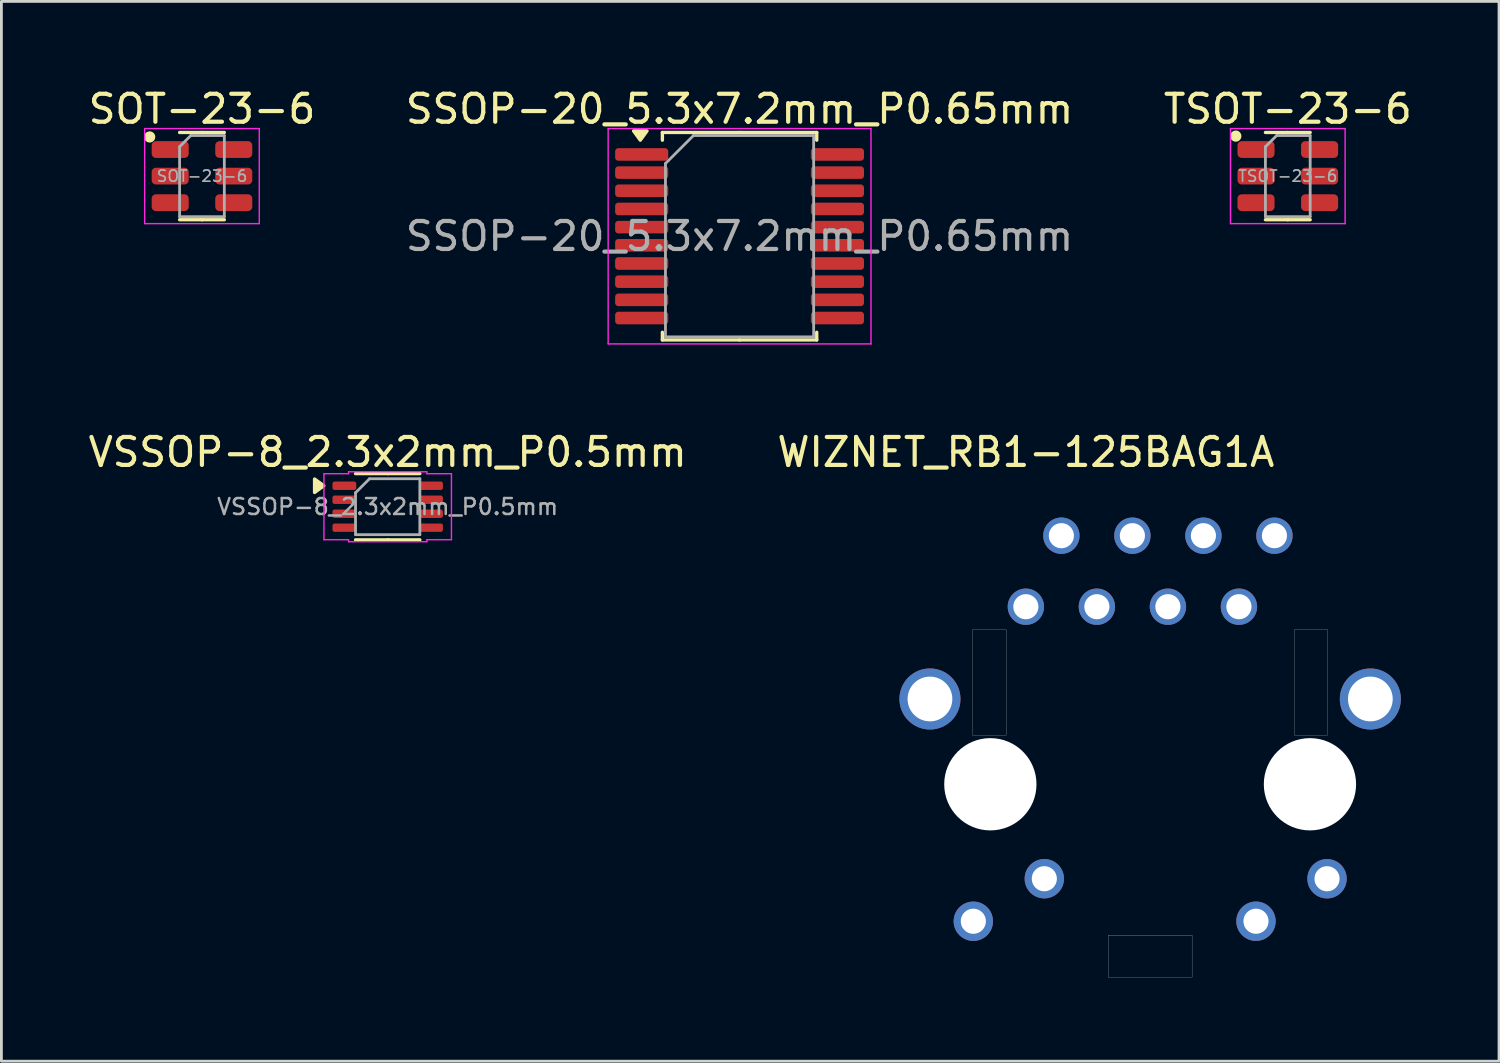
<source format=kicad_pcb>
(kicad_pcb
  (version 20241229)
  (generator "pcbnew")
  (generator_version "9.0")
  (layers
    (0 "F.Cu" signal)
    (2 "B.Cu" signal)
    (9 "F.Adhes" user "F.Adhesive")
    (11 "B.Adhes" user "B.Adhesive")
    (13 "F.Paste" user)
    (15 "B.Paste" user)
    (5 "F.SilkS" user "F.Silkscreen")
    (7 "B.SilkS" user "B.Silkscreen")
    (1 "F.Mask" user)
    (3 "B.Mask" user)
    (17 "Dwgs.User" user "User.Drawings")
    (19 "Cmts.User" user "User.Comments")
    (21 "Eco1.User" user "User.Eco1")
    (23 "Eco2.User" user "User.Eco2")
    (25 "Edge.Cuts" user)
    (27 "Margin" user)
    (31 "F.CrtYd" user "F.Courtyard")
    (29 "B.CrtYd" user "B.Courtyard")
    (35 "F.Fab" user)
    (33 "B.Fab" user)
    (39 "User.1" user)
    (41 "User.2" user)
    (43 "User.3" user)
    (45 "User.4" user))
  (footprint "TSOT-23-6"
    (layer "F.Cu")
    (at 43.006 3.248)
    (property "Reference" "TSOT-23-6" (at 0 -2.4 0) (layer "F.SilkS") (effects (font (size 1 1) (thickness 0.15))))
    (attr smd)
    (fp_line (start 0 -1.56) (end -0.8 -1.56) (stroke (width 0.12) (type solid)) (layer "F.SilkS"))
    (fp_line (start 0 -1.56) (end 0.8 -1.56) (stroke (width 0.12) (type solid)) (layer "F.SilkS"))
    (fp_line (start 0 1.56) (end -0.8 1.56) (stroke (width 0.12) (type solid)) (layer "F.SilkS"))
    (fp_line (start 0 1.56) (end 0.8 1.56) (stroke (width 0.12) (type solid)) (layer "F.SilkS"))
    (fp_circle (center -1.86 -1.43) (end -1.71 -1.43) (stroke (width 0.1) (type solid)) (fill yes) (layer "F.SilkS"))
    (fp_line (start -2.05 -1.7) (end -2.05 1.7) (stroke (width 0.05) (type solid)) (layer "F.CrtYd"))
    (fp_line (start -2.05 1.7) (end 2.05 1.7) (stroke (width 0.05) (type solid)) (layer "F.CrtYd"))
    (fp_line (start 2.05 -1.7) (end -2.05 -1.7) (stroke (width 0.05) (type solid)) (layer "F.CrtYd"))
    (fp_line (start 2.05 1.7) (end 2.05 -1.7) (stroke (width 0.05) (type solid)) (layer "F.CrtYd"))
    (fp_line (start -0.8 -1.05) (end -0.4 -1.45) (stroke (width 0.1) (type solid)) (layer "F.Fab"))
    (fp_line (start -0.8 1.45) (end -0.8 -1.05) (stroke (width 0.1) (type solid)) (layer "F.Fab"))
    (fp_line (start -0.4 -1.45) (end 0.8 -1.45) (stroke (width 0.1) (type solid)) (layer "F.Fab"))
    (fp_line (start 0.8 -1.45) (end 0.8 1.45) (stroke (width 0.1) (type solid)) (layer "F.Fab"))
    (fp_line (start 0.8 1.45) (end -0.8 1.45) (stroke (width 0.1) (type solid)) (layer "F.Fab"))
    (fp_text user "${REFERENCE}" (at 0 0 0) (layer "F.Fab") (effects (font (size 0.4 0.4) (thickness 0.06))))
    (pad "1" smd roundrect (at -1.137 -0.95) (size 1.325 0.6) (layers "F.Cu" "F.Mask" "F.Paste") (roundrect_rratio 0.25))
    (pad "2" smd roundrect (at -1.137 0) (size 1.325 0.6) (layers "F.Cu" "F.Mask" "F.Paste") (roundrect_rratio 0.25))
    (pad "3" smd roundrect (at -1.137 0.95) (size 1.325 0.6) (layers "F.Cu" "F.Mask" "F.Paste") (roundrect_rratio 0.25))
    (pad "4" smd roundrect (at 1.137 0.95) (size 1.325 0.6) (layers "F.Cu" "F.Mask" "F.Paste") (roundrect_rratio 0.25))
    (pad "5" smd roundrect (at 1.137 0) (size 1.325 0.6) (layers "F.Cu" "F.Mask" "F.Paste") (roundrect_rratio 0.25))
    (pad "6" smd roundrect (at 1.137 -0.95) (size 1.325 0.6) (layers "F.Cu" "F.Mask" "F.Paste") (roundrect_rratio 0.25)))
  (footprint "WIZNET_RB1-125BAG1A"
    (layer "F.Cu")
    (at 38.084 24.997)
    (property "Reference" "WIZNET_RB1-125BAG1A" (at -4.446 -11.875 0) (layer "F.SilkS") (effects (font (size 1 1) (thickness 0.15))))
    (attr through_hole)
    (fp_poly (pts (xy -6.36 -5.528) (xy -5.15 -5.528) (xy -5.15 -1.756) (xy -6.36 -1.756)) (stroke (width 0.01) (type solid)) (fill no) (layer "F.Fab"))
    (fp_poly (pts (xy -1.5 5.4) (xy 1.5 5.4) (xy 1.5 6.9) (xy -1.5 6.9)) (stroke (width 0.01) (type solid)) (fill no) (layer "F.Fab"))
    (fp_poly (pts (xy 5.156 -5.528) (xy 6.348 -5.528) (xy 6.348 -1.756) (xy 5.156 -1.756)) (stroke (width 0.01) (type solid)) (fill no) (layer "F.Fab"))
    (pad "" np_thru_hole circle (at -5.716 0.001) (size 3.3 3.3) (drill 3.3) (layers "*.Cu" "*.Mask"))
    (pad "" np_thru_hole circle (at 5.714 0.001) (size 3.3 3.3) (drill 3.3) (layers "*.Cu" "*.Mask"))
    (pad "L1" thru_hole circle (at 6.325 3.38) (size 1.408 1.408) (drill 0.9) (layers "*.Cu" "*.Mask"))
    (pad "L2" thru_hole circle (at 3.784 4.899) (size 1.408 1.408) (drill 0.9) (layers "*.Cu" "*.Mask"))
    (pad "L3" thru_hole circle (at -3.786 3.379) (size 1.408 1.408) (drill 0.9) (layers "*.Cu" "*.Mask"))
    (pad "L4" thru_hole circle (at -6.325 4.9) (size 1.408 1.408) (drill 0.9) (layers "*.Cu" "*.Mask"))
    (pad "R1" thru_hole circle (at -4.446 -6.349) (size 1.3 1.3) (drill 0.9) (layers "*.Cu" "*.Mask"))
    (pad "R2" thru_hole circle (at -3.176 -8.889) (size 1.3 1.3) (drill 0.9) (layers "*.Cu" "*.Mask"))
    (pad "R3" thru_hole circle (at -1.906 -6.349) (size 1.3 1.3) (drill 0.9) (layers "*.Cu" "*.Mask"))
    (pad "R4" thru_hole circle (at -0.636 -8.889) (size 1.3 1.3) (drill 0.9) (layers "*.Cu" "*.Mask"))
    (pad "R5" thru_hole circle (at 0.634 -6.349) (size 1.3 1.3) (drill 0.9) (layers "*.Cu" "*.Mask"))
    (pad "R6" thru_hole circle (at 1.904 -8.889) (size 1.3 1.3) (drill 0.9) (layers "*.Cu" "*.Mask"))
    (pad "R7" thru_hole circle (at 3.174 -6.349) (size 1.3 1.3) (drill 0.9) (layers "*.Cu" "*.Mask"))
    (pad "R8" thru_hole circle (at 4.444 -8.889) (size 1.3 1.3) (drill 0.9) (layers "*.Cu" "*.Mask"))
    (pad "S1" thru_hole circle (at -7.876 -3.049) (size 2.184 2.184) (drill 1.6) (layers "*.Cu" "*.Mask"))
    (pad "S2" thru_hole circle (at 7.874 -3.049) (size 2.184 2.184) (drill 1.6) (layers "*.Cu" "*.Mask")))
  (footprint "SSOP-20_5.3x7.2mm_P0.65mm"
    (layer "F.Cu")
    (at 23.399 5.398)
    (property "Reference" "SSOP-20_5.3x7.2mm_P0.65mm" (at 0 -4.55 0) (layer "F.SilkS") (effects (font (size 1 1) (thickness 0.15))))
    (attr smd)
    (fp_line (start -2.76 -3.71) (end -2.76 -3.435) (stroke (width 0.12) (type solid)) (layer "F.SilkS"))
    (fp_line (start -2.76 3.71) (end -2.76 3.435) (stroke (width 0.12) (type solid)) (layer "F.SilkS"))
    (fp_line (start 0 -3.71) (end -2.76 -3.71) (stroke (width 0.12) (type solid)) (layer "F.SilkS"))
    (fp_line (start 0 -3.71) (end 2.76 -3.71) (stroke (width 0.12) (type solid)) (layer "F.SilkS"))
    (fp_line (start 0 3.71) (end -2.76 3.71) (stroke (width 0.12) (type solid)) (layer "F.SilkS"))
    (fp_line (start 0 3.71) (end 2.76 3.71) (stroke (width 0.12) (type solid)) (layer "F.SilkS"))
    (fp_line (start 2.76 -3.71) (end 2.76 -3.435) (stroke (width 0.12) (type solid)) (layer "F.SilkS"))
    (fp_line (start 2.76 3.71) (end 2.76 3.435) (stroke (width 0.12) (type solid)) (layer "F.SilkS"))
    (fp_poly (pts (xy -3.55 -3.435) (xy -3.79 -3.765) (xy -3.31 -3.765) (xy -3.55 -3.435)) (stroke (width 0.12) (type solid)) (fill yes) (layer "F.SilkS"))
    (fp_line (start -4.7 -3.85) (end -4.7 3.85) (stroke (width 0.05) (type solid)) (layer "F.CrtYd"))
    (fp_line (start -4.7 3.85) (end 4.7 3.85) (stroke (width 0.05) (type solid)) (layer "F.CrtYd"))
    (fp_line (start 4.7 -3.85) (end -4.7 -3.85) (stroke (width 0.05) (type solid)) (layer "F.CrtYd"))
    (fp_line (start 4.7 3.85) (end 4.7 -3.85) (stroke (width 0.05) (type solid)) (layer "F.CrtYd"))
    (fp_line (start -2.65 -2.6) (end -1.65 -3.6) (stroke (width 0.1) (type solid)) (layer "F.Fab"))
    (fp_line (start -2.65 3.6) (end -2.65 -2.6) (stroke (width 0.1) (type solid)) (layer "F.Fab"))
    (fp_line (start -1.65 -3.6) (end 2.65 -3.6) (stroke (width 0.1) (type solid)) (layer "F.Fab"))
    (fp_line (start 2.65 -3.6) (end 2.65 3.6) (stroke (width 0.1) (type solid)) (layer "F.Fab"))
    (fp_line (start 2.65 3.6) (end -2.65 3.6) (stroke (width 0.1) (type solid)) (layer "F.Fab"))
    (fp_text user "${REFERENCE}" (at 0 0 0) (layer "F.Fab") (effects (font (size 1 1) (thickness 0.15))))
    (pad "1" smd roundrect (at -3.5 -2.925) (size 1.9 0.45) (layers "F.Cu" "F.Mask" "F.Paste") (roundrect_rratio 0.25))
    (pad "2" smd roundrect (at -3.5 -2.275) (size 1.9 0.45) (layers "F.Cu" "F.Mask" "F.Paste") (roundrect_rratio 0.25))
    (pad "3" smd roundrect (at -3.5 -1.625) (size 1.9 0.45) (layers "F.Cu" "F.Mask" "F.Paste") (roundrect_rratio 0.25))
    (pad "4" smd roundrect (at -3.5 -0.975) (size 1.9 0.45) (layers "F.Cu" "F.Mask" "F.Paste") (roundrect_rratio 0.25))
    (pad "5" smd roundrect (at -3.5 -0.325) (size 1.9 0.45) (layers "F.Cu" "F.Mask" "F.Paste") (roundrect_rratio 0.25))
    (pad "6" smd roundrect (at -3.5 0.325) (size 1.9 0.45) (layers "F.Cu" "F.Mask" "F.Paste") (roundrect_rratio 0.25))
    (pad "7" smd roundrect (at -3.5 0.975) (size 1.9 0.45) (layers "F.Cu" "F.Mask" "F.Paste") (roundrect_rratio 0.25))
    (pad "8" smd roundrect (at -3.5 1.625) (size 1.9 0.45) (layers "F.Cu" "F.Mask" "F.Paste") (roundrect_rratio 0.25))
    (pad "9" smd roundrect (at -3.5 2.275) (size 1.9 0.45) (layers "F.Cu" "F.Mask" "F.Paste") (roundrect_rratio 0.25))
    (pad "10" smd roundrect (at -3.5 2.925) (size 1.9 0.45) (layers "F.Cu" "F.Mask" "F.Paste") (roundrect_rratio 0.25))
    (pad "11" smd roundrect (at 3.5 2.925) (size 1.9 0.45) (layers "F.Cu" "F.Mask" "F.Paste") (roundrect_rratio 0.25))
    (pad "12" smd roundrect (at 3.5 2.275) (size 1.9 0.45) (layers "F.Cu" "F.Mask" "F.Paste") (roundrect_rratio 0.25))
    (pad "13" smd roundrect (at 3.5 1.625) (size 1.9 0.45) (layers "F.Cu" "F.Mask" "F.Paste") (roundrect_rratio 0.25))
    (pad "14" smd roundrect (at 3.5 0.975) (size 1.9 0.45) (layers "F.Cu" "F.Mask" "F.Paste") (roundrect_rratio 0.25))
    (pad "15" smd roundrect (at 3.5 0.325) (size 1.9 0.45) (layers "F.Cu" "F.Mask" "F.Paste") (roundrect_rratio 0.25))
    (pad "16" smd roundrect (at 3.5 -0.325) (size 1.9 0.45) (layers "F.Cu" "F.Mask" "F.Paste") (roundrect_rratio 0.25))
    (pad "17" smd roundrect (at 3.5 -0.975) (size 1.9 0.45) (layers "F.Cu" "F.Mask" "F.Paste") (roundrect_rratio 0.25))
    (pad "18" smd roundrect (at 3.5 -1.625) (size 1.9 0.45) (layers "F.Cu" "F.Mask" "F.Paste") (roundrect_rratio 0.25))
    (pad "19" smd roundrect (at 3.5 -2.275) (size 1.9 0.45) (layers "F.Cu" "F.Mask" "F.Paste") (roundrect_rratio 0.25))
    (pad "20" smd roundrect (at 3.5 -2.925) (size 1.9 0.45) (layers "F.Cu" "F.Mask" "F.Paste") (roundrect_rratio 0.25)))
  (footprint "SOT-23-6"
    (layer "F.Cu")
    (at 4.173 3.248)
    (property "Reference" "SOT-23-6" (at 0 -2.4 0) (layer "F.SilkS") (effects (font (size 1 1) (thickness 0.15))))
    (attr smd)
    (fp_line (start 0 -1.56) (end -0.8 -1.56) (stroke (width 0.12) (type solid)) (layer "F.SilkS"))
    (fp_line (start 0 -1.56) (end 0.8 -1.56) (stroke (width 0.12) (type solid)) (layer "F.SilkS"))
    (fp_line (start 0 1.56) (end -0.8 1.56) (stroke (width 0.12) (type solid)) (layer "F.SilkS"))
    (fp_line (start 0 1.56) (end 0.8 1.56) (stroke (width 0.12) (type solid)) (layer "F.SilkS"))
    (fp_circle (center -1.87 -1.4) (end -1.72 -1.4) (stroke (width 0.1) (type solid)) (fill yes) (layer "F.SilkS"))
    (fp_line (start -2.05 -1.7) (end -2.05 1.7) (stroke (width 0.05) (type solid)) (layer "F.CrtYd"))
    (fp_line (start -2.05 1.7) (end 2.05 1.7) (stroke (width 0.05) (type solid)) (layer "F.CrtYd"))
    (fp_line (start 2.05 -1.7) (end -2.05 -1.7) (stroke (width 0.05) (type solid)) (layer "F.CrtYd"))
    (fp_line (start 2.05 1.7) (end 2.05 -1.7) (stroke (width 0.05) (type solid)) (layer "F.CrtYd"))
    (fp_line (start -0.8 -1.05) (end -0.4 -1.45) (stroke (width 0.1) (type solid)) (layer "F.Fab"))
    (fp_line (start -0.8 1.45) (end -0.8 -1.05) (stroke (width 0.1) (type solid)) (layer "F.Fab"))
    (fp_line (start -0.4 -1.45) (end 0.8 -1.45) (stroke (width 0.1) (type solid)) (layer "F.Fab"))
    (fp_line (start 0.8 -1.45) (end 0.8 1.45) (stroke (width 0.1) (type solid)) (layer "F.Fab"))
    (fp_line (start 0.8 1.45) (end -0.8 1.45) (stroke (width 0.1) (type solid)) (layer "F.Fab"))
    (fp_text user "${REFERENCE}" (at 0 0 0) (layer "F.Fab") (effects (font (size 0.4 0.4) (thickness 0.06))))
    (pad "1" smd roundrect (at -1.137 -0.95) (size 1.325 0.6) (layers "F.Cu" "F.Mask" "F.Paste") (roundrect_rratio 0.25))
    (pad "2" smd roundrect (at -1.137 0) (size 1.325 0.6) (layers "F.Cu" "F.Mask" "F.Paste") (roundrect_rratio 0.25))
    (pad "3" smd roundrect (at -1.137 0.95) (size 1.325 0.6) (layers "F.Cu" "F.Mask" "F.Paste") (roundrect_rratio 0.25))
    (pad "4" smd roundrect (at 1.137 0.95) (size 1.325 0.6) (layers "F.Cu" "F.Mask" "F.Paste") (roundrect_rratio 0.25))
    (pad "5" smd roundrect (at 1.137 0) (size 1.325 0.6) (layers "F.Cu" "F.Mask" "F.Paste") (roundrect_rratio 0.25))
    (pad "6" smd roundrect (at 1.137 -0.95) (size 1.325 0.6) (layers "F.Cu" "F.Mask" "F.Paste") (roundrect_rratio 0.25)))
  (footprint "VSSOP-8_2.3x2mm_P0.5mm"
    (layer "F.Cu")
    (at 10.815 15.072)
    (property "Reference" "VSSOP-8_2.3x2mm_P0.5mm" (at 0 -1.95 0) (layer "F.SilkS") (effects (font (size 1 1) (thickness 0.15))))
    (attr smd)
    (fp_line (start 0 -1.185) (end -1.15 -1.185) (stroke (width 0.12) (type solid)) (layer "F.SilkS"))
    (fp_line (start 0 -1.185) (end 1.15 -1.185) (stroke (width 0.12) (type solid)) (layer "F.SilkS"))
    (fp_line (start 0 1.185) (end -1.15 1.185) (stroke (width 0.12) (type solid)) (layer "F.SilkS"))
    (fp_line (start 0 1.185) (end 1.15 1.185) (stroke (width 0.12) (type solid)) (layer "F.SilkS"))
    (fp_poly (pts (xy -2.285 -0.75) (xy -2.615 -0.51) (xy -2.615 -0.99)) (stroke (width 0.12) (type solid)) (fill yes) (layer "F.SilkS"))
    (fp_line (start -2.28 -1.18) (end -1.4 -1.18) (stroke (width 0.05) (type solid)) (layer "F.CrtYd"))
    (fp_line (start -2.28 1.18) (end -2.28 -1.18) (stroke (width 0.05) (type solid)) (layer "F.CrtYd"))
    (fp_line (start -1.4 -1.25) (end 1.4 -1.25) (stroke (width 0.05) (type solid)) (layer "F.CrtYd"))
    (fp_line (start -1.4 -1.18) (end -1.4 -1.25) (stroke (width 0.05) (type solid)) (layer "F.CrtYd"))
    (fp_line (start -1.4 1.18) (end -2.28 1.18) (stroke (width 0.05) (type solid)) (layer "F.CrtYd"))
    (fp_line (start -1.4 1.25) (end -1.4 1.18) (stroke (width 0.05) (type solid)) (layer "F.CrtYd"))
    (fp_line (start 1.4 -1.25) (end 1.4 -1.18) (stroke (width 0.05) (type solid)) (layer "F.CrtYd"))
    (fp_line (start 1.4 -1.18) (end 2.28 -1.18) (stroke (width 0.05) (type solid)) (layer "F.CrtYd"))
    (fp_line (start 1.4 1.18) (end 1.4 1.25) (stroke (width 0.05) (type solid)) (layer "F.CrtYd"))
    (fp_line (start 1.4 1.25) (end -1.4 1.25) (stroke (width 0.05) (type solid)) (layer "F.CrtYd"))
    (fp_line (start 2.28 -1.18) (end 2.28 1.18) (stroke (width 0.05) (type solid)) (layer "F.CrtYd"))
    (fp_line (start 2.28 1.18) (end 1.4 1.18) (stroke (width 0.05) (type solid)) (layer "F.CrtYd"))
    (fp_line (start -1.15 -0.5) (end -0.65 -1) (stroke (width 0.1) (type solid)) (layer "F.Fab"))
    (fp_line (start -1.15 1) (end -1.15 -0.5) (stroke (width 0.1) (type solid)) (layer "F.Fab"))
    (fp_line (start -0.65 -1) (end 1.15 -1) (stroke (width 0.1) (type solid)) (layer "F.Fab"))
    (fp_line (start 1.15 -1) (end 1.15 1) (stroke (width 0.1) (type solid)) (layer "F.Fab"))
    (fp_line (start 1.15 1) (end -1.15 1) (stroke (width 0.1) (type solid)) (layer "F.Fab"))
    (fp_text user "${REFERENCE}" (at 0 0 0) (layer "F.Fab") (effects (font (size 0.57 0.57) (thickness 0.09))))
    (pad "1" smd roundrect (at -1.55 -0.75) (size 0.85 0.3) (layers "F.Cu" "F.Mask" "F.Paste") (roundrect_rratio 0.25))
    (pad "2" smd roundrect (at -1.55 -0.25) (size 0.85 0.3) (layers "F.Cu" "F.Mask" "F.Paste") (roundrect_rratio 0.25))
    (pad "3" smd roundrect (at -1.55 0.25) (size 0.85 0.3) (layers "F.Cu" "F.Mask" "F.Paste") (roundrect_rratio 0.25))
    (pad "4" smd roundrect (at -1.55 0.75) (size 0.85 0.3) (layers "F.Cu" "F.Mask" "F.Paste") (roundrect_rratio 0.25))
    (pad "5" smd roundrect (at 1.55 0.75) (size 0.85 0.3) (layers "F.Cu" "F.Mask" "F.Paste") (roundrect_rratio 0.25))
    (pad "6" smd roundrect (at 1.55 0.25) (size 0.85 0.3) (layers "F.Cu" "F.Mask" "F.Paste") (roundrect_rratio 0.25))
    (pad "7" smd roundrect (at 1.55 -0.25) (size 0.85 0.3) (layers "F.Cu" "F.Mask" "F.Paste") (roundrect_rratio 0.25))
    (pad "8" smd roundrect (at 1.55 -0.75) (size 0.85 0.3) (layers "F.Cu" "F.Mask" "F.Paste") (roundrect_rratio 0.25)))
  (gr_rect
    (start -3 -3)
    (end 50.56 34.902)
    (stroke (width 0.1) (type default))
    (fill no)
    (layer "Edge.Cuts")))
</source>
